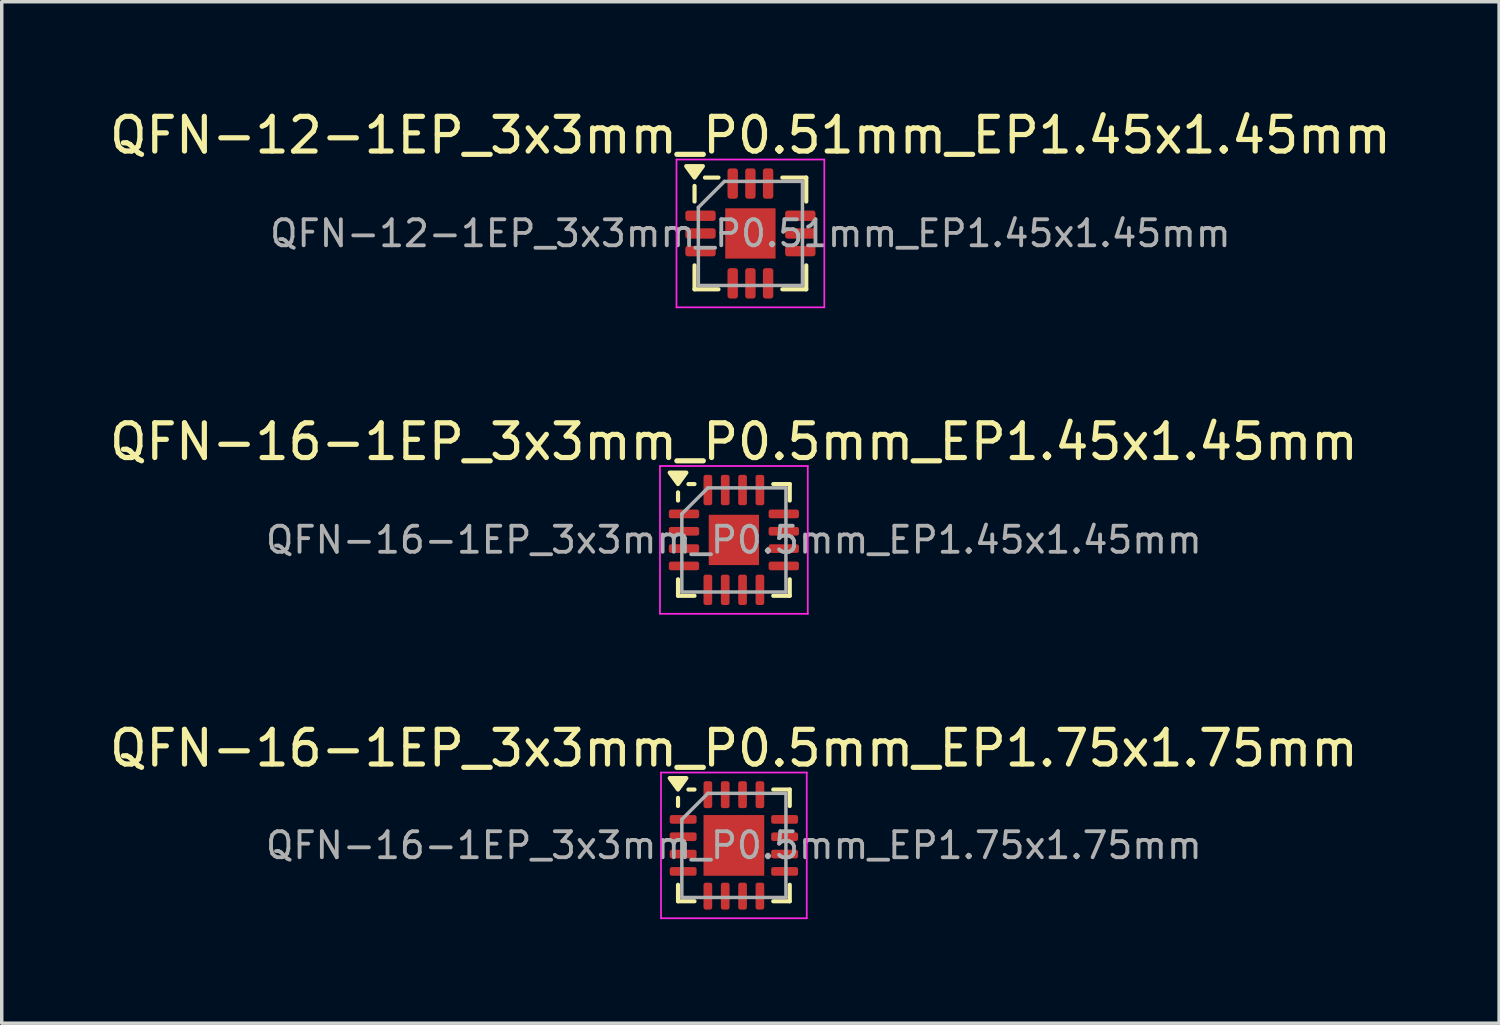
<source format=kicad_pcb>
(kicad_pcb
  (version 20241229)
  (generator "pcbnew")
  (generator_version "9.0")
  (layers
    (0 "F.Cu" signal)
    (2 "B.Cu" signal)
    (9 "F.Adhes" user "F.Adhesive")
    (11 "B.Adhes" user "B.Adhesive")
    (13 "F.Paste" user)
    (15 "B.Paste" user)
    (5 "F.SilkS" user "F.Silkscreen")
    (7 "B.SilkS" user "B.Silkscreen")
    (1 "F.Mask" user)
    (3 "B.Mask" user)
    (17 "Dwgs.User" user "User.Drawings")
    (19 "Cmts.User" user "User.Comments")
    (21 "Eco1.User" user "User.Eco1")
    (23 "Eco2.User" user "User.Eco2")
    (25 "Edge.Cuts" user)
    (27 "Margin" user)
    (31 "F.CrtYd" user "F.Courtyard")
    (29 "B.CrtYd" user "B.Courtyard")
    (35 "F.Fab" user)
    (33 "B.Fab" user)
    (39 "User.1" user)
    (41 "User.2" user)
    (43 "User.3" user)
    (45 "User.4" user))
  (footprint "QFN-12-1EP_3x3mm_P0.51mm_EP1.45x1.45mm"
    (layer "F.Cu")
    (at 18.577 3.678)
    (property "Reference" "QFN-12-1EP_3x3mm_P0.51mm_EP1.45x1.45mm" (at 0 -2.83 0) (layer "F.SilkS") (effects (font (size 1 1) (thickness 0.15))))
    (attr smd)
    (fp_line (start -1.61 -0.92) (end -1.61 -1.37) (stroke (width 0.12) (type solid)) (layer "F.SilkS"))
    (fp_line (start -1.61 1.61) (end -1.61 0.92) (stroke (width 0.12) (type solid)) (layer "F.SilkS"))
    (fp_line (start -0.92 -1.61) (end -1.31 -1.61) (stroke (width 0.12) (type solid)) (layer "F.SilkS"))
    (fp_line (start -0.92 1.61) (end -1.61 1.61) (stroke (width 0.12) (type solid)) (layer "F.SilkS"))
    (fp_line (start 0.92 -1.61) (end 1.61 -1.61) (stroke (width 0.12) (type solid)) (layer "F.SilkS"))
    (fp_line (start 0.92 1.61) (end 1.61 1.61) (stroke (width 0.12) (type solid)) (layer "F.SilkS"))
    (fp_line (start 1.61 -1.61) (end 1.61 -0.92) (stroke (width 0.12) (type solid)) (layer "F.SilkS"))
    (fp_line (start 1.61 1.61) (end 1.61 0.92) (stroke (width 0.12) (type solid)) (layer "F.SilkS"))
    (fp_poly (pts (xy -1.61 -1.61) (xy -1.85 -1.94) (xy -1.37 -1.94) (xy -1.61 -1.61)) (stroke (width 0.12) (type solid)) (fill yes) (layer "F.SilkS"))
    (fp_line (start -2.13 -2.13) (end -2.13 2.13) (stroke (width 0.05) (type solid)) (layer "F.CrtYd"))
    (fp_line (start -2.13 2.13) (end 2.13 2.13) (stroke (width 0.05) (type solid)) (layer "F.CrtYd"))
    (fp_line (start 2.13 -2.13) (end -2.13 -2.13) (stroke (width 0.05) (type solid)) (layer "F.CrtYd"))
    (fp_line (start 2.13 2.13) (end 2.13 -2.13) (stroke (width 0.05) (type solid)) (layer "F.CrtYd"))
    (fp_line (start -1.5 -0.75) (end -0.75 -1.5) (stroke (width 0.1) (type solid)) (layer "F.Fab"))
    (fp_line (start -1.5 1.5) (end -1.5 -0.75) (stroke (width 0.1) (type solid)) (layer "F.Fab"))
    (fp_line (start -0.75 -1.5) (end 1.5 -1.5) (stroke (width 0.1) (type solid)) (layer "F.Fab"))
    (fp_line (start 1.5 -1.5) (end 1.5 1.5) (stroke (width 0.1) (type solid)) (layer "F.Fab"))
    (fp_line (start 1.5 1.5) (end -1.5 1.5) (stroke (width 0.1) (type solid)) (layer "F.Fab"))
    (fp_text user "${REFERENCE}" (at 0 0 0) (layer "F.Fab") (effects (font (size 0.75 0.75) (thickness 0.11))))
    (pad "" smd roundrect (at -0.36 -0.36) (size 0.58 0.58) (layers "F.Paste") (roundrect_rratio 0.25))
    (pad "" smd roundrect (at -0.36 0.36) (size 0.58 0.58) (layers "F.Paste") (roundrect_rratio 0.25))
    (pad "" smd roundrect (at 0.36 -0.36) (size 0.58 0.58) (layers "F.Paste") (roundrect_rratio 0.25))
    (pad "" smd roundrect (at 0.36 0.36) (size 0.58 0.58) (layers "F.Paste") (roundrect_rratio 0.25))
    (pad "1" smd roundrect (at -1.438 -0.51) (size 0.875 0.3) (layers "F.Cu" "F.Mask" "F.Paste") (roundrect_rratio 0.25))
    (pad "2" smd roundrect (at -1.438 0) (size 0.875 0.3) (layers "F.Cu" "F.Mask" "F.Paste") (roundrect_rratio 0.25))
    (pad "3" smd roundrect (at -1.438 0.51) (size 0.875 0.3) (layers "F.Cu" "F.Mask" "F.Paste") (roundrect_rratio 0.25))
    (pad "4" smd roundrect (at -0.51 1.438) (size 0.3 0.875) (layers "F.Cu" "F.Mask" "F.Paste") (roundrect_rratio 0.25))
    (pad "5" smd roundrect (at 0 1.438) (size 0.3 0.875) (layers "F.Cu" "F.Mask" "F.Paste") (roundrect_rratio 0.25))
    (pad "6" smd roundrect (at 0.51 1.438) (size 0.3 0.875) (layers "F.Cu" "F.Mask" "F.Paste") (roundrect_rratio 0.25))
    (pad "7" smd roundrect (at 1.438 0.51) (size 0.875 0.3) (layers "F.Cu" "F.Mask" "F.Paste") (roundrect_rratio 0.25))
    (pad "8" smd roundrect (at 1.438 0) (size 0.875 0.3) (layers "F.Cu" "F.Mask" "F.Paste") (roundrect_rratio 0.25))
    (pad "9" smd roundrect (at 1.438 -0.51) (size 0.875 0.3) (layers "F.Cu" "F.Mask" "F.Paste") (roundrect_rratio 0.25))
    (pad "10" smd roundrect (at 0.51 -1.438) (size 0.3 0.875) (layers "F.Cu" "F.Mask" "F.Paste") (roundrect_rratio 0.25))
    (pad "11" smd roundrect (at 0 -1.438) (size 0.3 0.875) (layers "F.Cu" "F.Mask" "F.Paste") (roundrect_rratio 0.25))
    (pad "12" smd roundrect (at -0.51 -1.438) (size 0.3 0.875) (layers "F.Cu" "F.Mask" "F.Paste") (roundrect_rratio 0.25))
    (pad "13" smd rect (at 0 0) (size 1.45 1.45) (property pad_prop_heatsink) (layers "F.Cu" "F.Mask")))
  (footprint "QFN-16-1EP_3x3mm_P0.5mm_EP1.45x1.45mm"
    (layer "F.Cu")
    (at 18.101 12.511)
    (property "Reference" "QFN-16-1EP_3x3mm_P0.5mm_EP1.45x1.45mm" (at 0 -2.83 0) (layer "F.SilkS") (effects (font (size 1 1) (thickness 0.15))))
    (attr smd)
    (fp_line (start -1.61 -1.135) (end -1.61 -1.37) (stroke (width 0.12) (type solid)) (layer "F.SilkS"))
    (fp_line (start -1.61 1.61) (end -1.61 1.135) (stroke (width 0.12) (type solid)) (layer "F.SilkS"))
    (fp_line (start -1.135 -1.61) (end -1.31 -1.61) (stroke (width 0.12) (type solid)) (layer "F.SilkS"))
    (fp_line (start -1.135 1.61) (end -1.61 1.61) (stroke (width 0.12) (type solid)) (layer "F.SilkS"))
    (fp_line (start 1.135 -1.61) (end 1.61 -1.61) (stroke (width 0.12) (type solid)) (layer "F.SilkS"))
    (fp_line (start 1.135 1.61) (end 1.61 1.61) (stroke (width 0.12) (type solid)) (layer "F.SilkS"))
    (fp_line (start 1.61 -1.61) (end 1.61 -1.135) (stroke (width 0.12) (type solid)) (layer "F.SilkS"))
    (fp_line (start 1.61 1.61) (end 1.61 1.135) (stroke (width 0.12) (type solid)) (layer "F.SilkS"))
    (fp_poly (pts (xy -1.61 -1.61) (xy -1.85 -1.94) (xy -1.37 -1.94) (xy -1.61 -1.61)) (stroke (width 0.12) (type solid)) (fill yes) (layer "F.SilkS"))
    (fp_line (start -2.13 -2.13) (end -2.13 2.13) (stroke (width 0.05) (type solid)) (layer "F.CrtYd"))
    (fp_line (start -2.13 2.13) (end 2.13 2.13) (stroke (width 0.05) (type solid)) (layer "F.CrtYd"))
    (fp_line (start 2.13 -2.13) (end -2.13 -2.13) (stroke (width 0.05) (type solid)) (layer "F.CrtYd"))
    (fp_line (start 2.13 2.13) (end 2.13 -2.13) (stroke (width 0.05) (type solid)) (layer "F.CrtYd"))
    (fp_line (start -1.5 -0.75) (end -0.75 -1.5) (stroke (width 0.1) (type solid)) (layer "F.Fab"))
    (fp_line (start -1.5 1.5) (end -1.5 -0.75) (stroke (width 0.1) (type solid)) (layer "F.Fab"))
    (fp_line (start -0.75 -1.5) (end 1.5 -1.5) (stroke (width 0.1) (type solid)) (layer "F.Fab"))
    (fp_line (start 1.5 -1.5) (end 1.5 1.5) (stroke (width 0.1) (type solid)) (layer "F.Fab"))
    (fp_line (start 1.5 1.5) (end -1.5 1.5) (stroke (width 0.1) (type solid)) (layer "F.Fab"))
    (fp_text user "${REFERENCE}" (at 0 0 0) (layer "F.Fab") (effects (font (size 0.75 0.75) (thickness 0.11))))
    (pad "" smd roundrect (at -0.36 -0.36) (size 0.58 0.58) (layers "F.Paste") (roundrect_rratio 0.25))
    (pad "" smd roundrect (at -0.36 0.36) (size 0.58 0.58) (layers "F.Paste") (roundrect_rratio 0.25))
    (pad "" smd roundrect (at 0.36 -0.36) (size 0.58 0.58) (layers "F.Paste") (roundrect_rratio 0.25))
    (pad "" smd roundrect (at 0.36 0.36) (size 0.58 0.58) (layers "F.Paste") (roundrect_rratio 0.25))
    (pad "1" smd roundrect (at -1.438 -0.75) (size 0.875 0.25) (layers "F.Cu" "F.Mask" "F.Paste") (roundrect_rratio 0.25))
    (pad "2" smd roundrect (at -1.438 -0.25) (size 0.875 0.25) (layers "F.Cu" "F.Mask" "F.Paste") (roundrect_rratio 0.25))
    (pad "3" smd roundrect (at -1.438 0.25) (size 0.875 0.25) (layers "F.Cu" "F.Mask" "F.Paste") (roundrect_rratio 0.25))
    (pad "4" smd roundrect (at -1.438 0.75) (size 0.875 0.25) (layers "F.Cu" "F.Mask" "F.Paste") (roundrect_rratio 0.25))
    (pad "5" smd roundrect (at -0.75 1.438) (size 0.25 0.875) (layers "F.Cu" "F.Mask" "F.Paste") (roundrect_rratio 0.25))
    (pad "6" smd roundrect (at -0.25 1.438) (size 0.25 0.875) (layers "F.Cu" "F.Mask" "F.Paste") (roundrect_rratio 0.25))
    (pad "7" smd roundrect (at 0.25 1.438) (size 0.25 0.875) (layers "F.Cu" "F.Mask" "F.Paste") (roundrect_rratio 0.25))
    (pad "8" smd roundrect (at 0.75 1.438) (size 0.25 0.875) (layers "F.Cu" "F.Mask" "F.Paste") (roundrect_rratio 0.25))
    (pad "9" smd roundrect (at 1.438 0.75) (size 0.875 0.25) (layers "F.Cu" "F.Mask" "F.Paste") (roundrect_rratio 0.25))
    (pad "10" smd roundrect (at 1.438 0.25) (size 0.875 0.25) (layers "F.Cu" "F.Mask" "F.Paste") (roundrect_rratio 0.25))
    (pad "11" smd roundrect (at 1.438 -0.25) (size 0.875 0.25) (layers "F.Cu" "F.Mask" "F.Paste") (roundrect_rratio 0.25))
    (pad "12" smd roundrect (at 1.438 -0.75) (size 0.875 0.25) (layers "F.Cu" "F.Mask" "F.Paste") (roundrect_rratio 0.25))
    (pad "13" smd roundrect (at 0.75 -1.438) (size 0.25 0.875) (layers "F.Cu" "F.Mask" "F.Paste") (roundrect_rratio 0.25))
    (pad "14" smd roundrect (at 0.25 -1.438) (size 0.25 0.875) (layers "F.Cu" "F.Mask" "F.Paste") (roundrect_rratio 0.25))
    (pad "15" smd roundrect (at -0.25 -1.438) (size 0.25 0.875) (layers "F.Cu" "F.Mask" "F.Paste") (roundrect_rratio 0.25))
    (pad "16" smd roundrect (at -0.75 -1.438) (size 0.25 0.875) (layers "F.Cu" "F.Mask" "F.Paste") (roundrect_rratio 0.25))
    (pad "17" smd rect (at 0 0) (size 1.45 1.45) (property pad_prop_heatsink) (layers "F.Cu" "F.Mask")))
  (footprint "QFN-16-1EP_3x3mm_P0.5mm_EP1.75x1.75mm"
    (layer "F.Cu")
    (at 18.101 21.315)
    (property "Reference" "QFN-16-1EP_3x3mm_P0.5mm_EP1.75x1.75mm" (at 0 -2.8 0) (layer "F.SilkS") (effects (font (size 1 1) (thickness 0.15))))
    (attr smd)
    (fp_line (start -1.61 -1.135) (end -1.61 -1.37) (stroke (width 0.12) (type solid)) (layer "F.SilkS"))
    (fp_line (start -1.61 1.61) (end -1.61 1.135) (stroke (width 0.12) (type solid)) (layer "F.SilkS"))
    (fp_line (start -1.135 -1.61) (end -1.31 -1.61) (stroke (width 0.12) (type solid)) (layer "F.SilkS"))
    (fp_line (start -1.135 1.61) (end -1.61 1.61) (stroke (width 0.12) (type solid)) (layer "F.SilkS"))
    (fp_line (start 1.135 -1.61) (end 1.61 -1.61) (stroke (width 0.12) (type solid)) (layer "F.SilkS"))
    (fp_line (start 1.135 1.61) (end 1.61 1.61) (stroke (width 0.12) (type solid)) (layer "F.SilkS"))
    (fp_line (start 1.61 -1.61) (end 1.61 -1.135) (stroke (width 0.12) (type solid)) (layer "F.SilkS"))
    (fp_line (start 1.61 1.61) (end 1.61 1.135) (stroke (width 0.12) (type solid)) (layer "F.SilkS"))
    (fp_poly (pts (xy -1.61 -1.61) (xy -1.85 -1.94) (xy -1.37 -1.94) (xy -1.61 -1.61)) (stroke (width 0.12) (type solid)) (fill yes) (layer "F.SilkS"))
    (fp_line (start -2.1 -2.1) (end -2.1 2.1) (stroke (width 0.05) (type solid)) (layer "F.CrtYd"))
    (fp_line (start -2.1 2.1) (end 2.1 2.1) (stroke (width 0.05) (type solid)) (layer "F.CrtYd"))
    (fp_line (start 2.1 -2.1) (end -2.1 -2.1) (stroke (width 0.05) (type solid)) (layer "F.CrtYd"))
    (fp_line (start 2.1 2.1) (end 2.1 -2.1) (stroke (width 0.05) (type solid)) (layer "F.CrtYd"))
    (fp_line (start -1.5 -0.75) (end -0.75 -1.5) (stroke (width 0.1) (type solid)) (layer "F.Fab"))
    (fp_line (start -1.5 1.5) (end -1.5 -0.75) (stroke (width 0.1) (type solid)) (layer "F.Fab"))
    (fp_line (start -0.75 -1.5) (end 1.5 -1.5) (stroke (width 0.1) (type solid)) (layer "F.Fab"))
    (fp_line (start 1.5 -1.5) (end 1.5 1.5) (stroke (width 0.1) (type solid)) (layer "F.Fab"))
    (fp_line (start 1.5 1.5) (end -1.5 1.5) (stroke (width 0.1) (type solid)) (layer "F.Fab"))
    (fp_text user "${REFERENCE}" (at 0 0 0) (layer "F.Fab") (effects (font (size 0.75 0.75) (thickness 0.11))))
    (pad "" smd roundrect (at -0.44 -0.44) (size 0.71 0.71) (layers "F.Paste") (roundrect_rratio 0.25))
    (pad "" smd roundrect (at -0.44 0.44) (size 0.71 0.71) (layers "F.Paste") (roundrect_rratio 0.25))
    (pad "" smd roundrect (at 0.44 -0.44) (size 0.71 0.71) (layers "F.Paste") (roundrect_rratio 0.25))
    (pad "" smd roundrect (at 0.44 0.44) (size 0.71 0.71) (layers "F.Paste") (roundrect_rratio 0.25))
    (pad "1" smd roundrect (at -1.462 -0.75) (size 0.775 0.25) (layers "F.Cu" "F.Mask" "F.Paste") (roundrect_rratio 0.25))
    (pad "2" smd roundrect (at -1.462 -0.25) (size 0.775 0.25) (layers "F.Cu" "F.Mask" "F.Paste") (roundrect_rratio 0.25))
    (pad "3" smd roundrect (at -1.462 0.25) (size 0.775 0.25) (layers "F.Cu" "F.Mask" "F.Paste") (roundrect_rratio 0.25))
    (pad "4" smd roundrect (at -1.462 0.75) (size 0.775 0.25) (layers "F.Cu" "F.Mask" "F.Paste") (roundrect_rratio 0.25))
    (pad "5" smd roundrect (at -0.75 1.462) (size 0.25 0.775) (layers "F.Cu" "F.Mask" "F.Paste") (roundrect_rratio 0.25))
    (pad "6" smd roundrect (at -0.25 1.462) (size 0.25 0.775) (layers "F.Cu" "F.Mask" "F.Paste") (roundrect_rratio 0.25))
    (pad "7" smd roundrect (at 0.25 1.462) (size 0.25 0.775) (layers "F.Cu" "F.Mask" "F.Paste") (roundrect_rratio 0.25))
    (pad "8" smd roundrect (at 0.75 1.462) (size 0.25 0.775) (layers "F.Cu" "F.Mask" "F.Paste") (roundrect_rratio 0.25))
    (pad "9" smd roundrect (at 1.462 0.75) (size 0.775 0.25) (layers "F.Cu" "F.Mask" "F.Paste") (roundrect_rratio 0.25))
    (pad "10" smd roundrect (at 1.462 0.25) (size 0.775 0.25) (layers "F.Cu" "F.Mask" "F.Paste") (roundrect_rratio 0.25))
    (pad "11" smd roundrect (at 1.462 -0.25) (size 0.775 0.25) (layers "F.Cu" "F.Mask" "F.Paste") (roundrect_rratio 0.25))
    (pad "12" smd roundrect (at 1.462 -0.75) (size 0.775 0.25) (layers "F.Cu" "F.Mask" "F.Paste") (roundrect_rratio 0.25))
    (pad "13" smd roundrect (at 0.75 -1.462) (size 0.25 0.775) (layers "F.Cu" "F.Mask" "F.Paste") (roundrect_rratio 0.25))
    (pad "14" smd roundrect (at 0.25 -1.462) (size 0.25 0.775) (layers "F.Cu" "F.Mask" "F.Paste") (roundrect_rratio 0.25))
    (pad "15" smd roundrect (at -0.25 -1.462) (size 0.25 0.775) (layers "F.Cu" "F.Mask" "F.Paste") (roundrect_rratio 0.25))
    (pad "16" smd roundrect (at -0.75 -1.462) (size 0.25 0.775) (layers "F.Cu" "F.Mask" "F.Paste") (roundrect_rratio 0.25))
    (pad "17" smd rect (at 0 0) (size 1.75 1.75) (property pad_prop_heatsink) (layers "F.Cu" "F.Mask")))
  (gr_rect
    (start -3 -3)
    (end 40.155 26.44)
    (stroke (width 0.1) (type default))
    (fill no)
    (layer "Edge.Cuts")))
</source>
